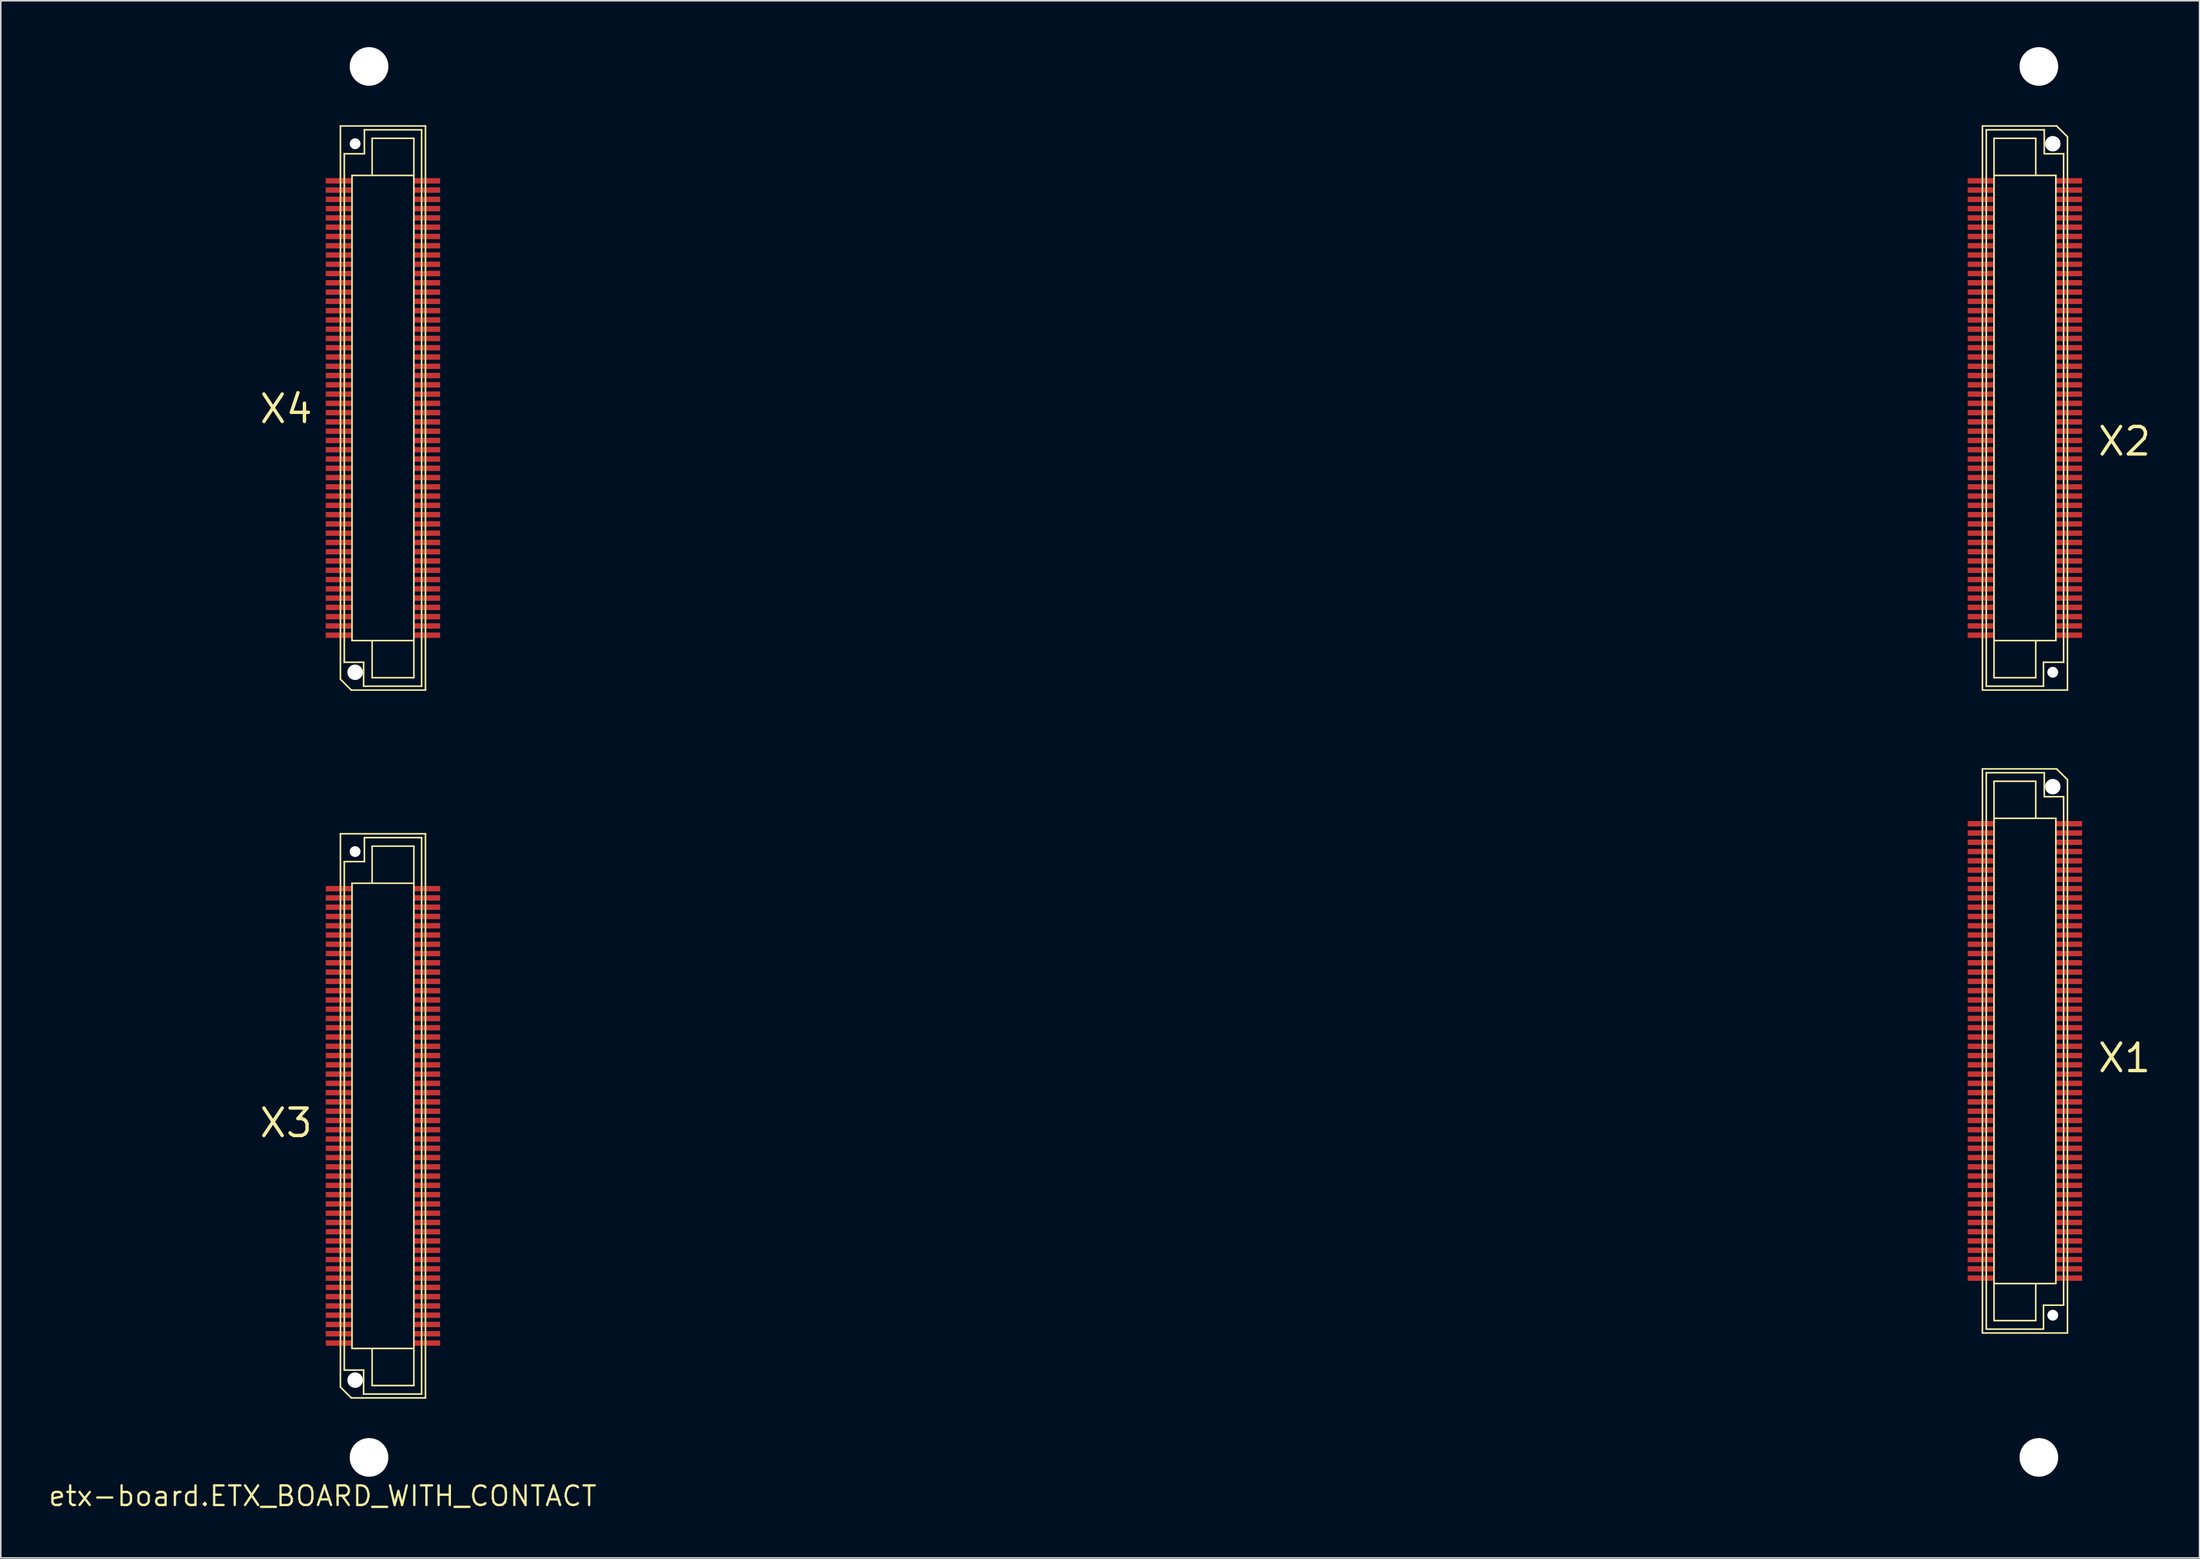
<source format=kicad_pcb>
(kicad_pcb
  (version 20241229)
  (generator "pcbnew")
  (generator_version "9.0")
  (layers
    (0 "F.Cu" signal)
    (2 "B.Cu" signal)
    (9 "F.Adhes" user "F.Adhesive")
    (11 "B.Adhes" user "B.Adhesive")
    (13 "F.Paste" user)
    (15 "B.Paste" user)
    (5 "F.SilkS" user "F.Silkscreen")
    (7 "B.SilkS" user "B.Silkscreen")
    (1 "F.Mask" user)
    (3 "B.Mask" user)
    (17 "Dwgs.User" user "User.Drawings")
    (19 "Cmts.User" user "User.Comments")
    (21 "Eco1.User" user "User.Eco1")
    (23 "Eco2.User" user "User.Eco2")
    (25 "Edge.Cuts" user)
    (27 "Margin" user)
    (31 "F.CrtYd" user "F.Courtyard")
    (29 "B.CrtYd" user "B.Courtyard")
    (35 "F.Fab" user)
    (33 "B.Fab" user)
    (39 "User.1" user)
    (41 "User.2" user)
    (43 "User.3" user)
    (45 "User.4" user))
  (footprint "etx-board.ETX_BOARD_WITH_CONTACT"
    (layer "F.Cu")
    (at 17.818 93.75)
    (property "Reference" "etx-board.ETX_BOARD_WITH_CONTACT" (at 0 0 0) (layer "F.SilkS") (effects (font (size 1.27 1.27) (thickness 0.15))))
    (attr smd)
    (fp_line (start 1.15 -88.65) (end 6.65 -88.65) (stroke (width 0.102) (type default)) (layer "F.SilkS"))
    (fp_line (start 1.15 -52.85) (end 1.15 -88.65) (stroke (width 0.102) (type default)) (layer "F.SilkS"))
    (fp_line (start 1.15 -42.85) (end 6.65 -42.85) (stroke (width 0.102) (type default)) (layer "F.SilkS"))
    (fp_line (start 1.15 -7.05) (end 1.15 -42.85) (stroke (width 0.102) (type default)) (layer "F.SilkS"))
    (fp_line (start 1.4 -86.85) (end 1.4 -53.95) (stroke (width 0.102) (type default)) (layer "F.SilkS"))
    (fp_line (start 1.4 -53.95) (end 2.65 -53.95) (stroke (width 0.102) (type default)) (layer "F.SilkS"))
    (fp_line (start 1.4 -41.05) (end 1.4 -8.15) (stroke (width 0.102) (type default)) (layer "F.SilkS"))
    (fp_line (start 1.4 -8.15) (end 2.65 -8.15) (stroke (width 0.102) (type default)) (layer "F.SilkS"))
    (fp_line (start 1.85 -52.15) (end 1.15 -52.85) (stroke (width 0.102) (type default)) (layer "F.SilkS"))
    (fp_line (start 1.85 -6.35) (end 1.15 -7.05) (stroke (width 0.102) (type default)) (layer "F.SilkS"))
    (fp_line (start 1.9 -85.45) (end 1.9 -55.35) (stroke (width 0.102) (type default)) (layer "F.SilkS"))
    (fp_line (start 1.9 -55.35) (end 5.9 -55.35) (stroke (width 0.102) (type default)) (layer "F.SilkS"))
    (fp_line (start 1.9 -39.65) (end 1.9 -9.55) (stroke (width 0.102) (type default)) (layer "F.SilkS"))
    (fp_line (start 1.9 -9.55) (end 5.9 -9.55) (stroke (width 0.102) (type default)) (layer "F.SilkS"))
    (fp_line (start 2.65 -53.95) (end 2.65 -52.4) (stroke (width 0.102) (type default)) (layer "F.SilkS"))
    (fp_line (start 2.65 -52.4) (end 6.4 -52.4) (stroke (width 0.102) (type default)) (layer "F.SilkS"))
    (fp_line (start 2.65 -8.15) (end 2.65 -6.6) (stroke (width 0.102) (type default)) (layer "F.SilkS"))
    (fp_line (start 2.65 -6.6) (end 6.4 -6.6) (stroke (width 0.102) (type default)) (layer "F.SilkS"))
    (fp_line (start 2.7 -88.4) (end 2.7 -86.85) (stroke (width 0.102) (type default)) (layer "F.SilkS"))
    (fp_line (start 2.7 -86.85) (end 1.4 -86.85) (stroke (width 0.102) (type default)) (layer "F.SilkS"))
    (fp_line (start 2.7 -42.6) (end 2.7 -41.05) (stroke (width 0.102) (type default)) (layer "F.SilkS"))
    (fp_line (start 2.7 -41.05) (end 1.4 -41.05) (stroke (width 0.102) (type default)) (layer "F.SilkS"))
    (fp_line (start 3.2 -87.85) (end 3.2 -85.5) (stroke (width 0.102) (type default)) (layer "F.SilkS"))
    (fp_line (start 3.2 -52.95) (end 3.2 -55.3) (stroke (width 0.102) (type default)) (layer "F.SilkS"))
    (fp_line (start 3.2 -42.05) (end 3.2 -39.7) (stroke (width 0.102) (type default)) (layer "F.SilkS"))
    (fp_line (start 3.2 -7.15) (end 3.2 -9.5) (stroke (width 0.102) (type default)) (layer "F.SilkS"))
    (fp_line (start 5.9 -87.85) (end 3.2 -87.85) (stroke (width 0.102) (type default)) (layer "F.SilkS"))
    (fp_line (start 5.9 -85.45) (end 1.9 -85.45) (stroke (width 0.102) (type default)) (layer "F.SilkS"))
    (fp_line (start 5.9 -85.45) (end 5.9 -87.85) (stroke (width 0.102) (type default)) (layer "F.SilkS"))
    (fp_line (start 5.9 -55.35) (end 5.9 -85.45) (stroke (width 0.102) (type default)) (layer "F.SilkS"))
    (fp_line (start 5.9 -55.3) (end 5.9 -52.95) (stroke (width 0.102) (type default)) (layer "F.SilkS"))
    (fp_line (start 5.9 -52.95) (end 3.2 -52.95) (stroke (width 0.102) (type default)) (layer "F.SilkS"))
    (fp_line (start 5.9 -42.05) (end 3.2 -42.05) (stroke (width 0.102) (type default)) (layer "F.SilkS"))
    (fp_line (start 5.9 -39.65) (end 1.9 -39.65) (stroke (width 0.102) (type default)) (layer "F.SilkS"))
    (fp_line (start 5.9 -39.65) (end 5.9 -42.05) (stroke (width 0.102) (type default)) (layer "F.SilkS"))
    (fp_line (start 5.9 -9.55) (end 5.9 -39.65) (stroke (width 0.102) (type default)) (layer "F.SilkS"))
    (fp_line (start 5.9 -9.5) (end 5.9 -7.15) (stroke (width 0.102) (type default)) (layer "F.SilkS"))
    (fp_line (start 5.9 -7.15) (end 3.2 -7.15) (stroke (width 0.102) (type default)) (layer "F.SilkS"))
    (fp_line (start 6.4 -88.4) (end 2.7 -88.4) (stroke (width 0.102) (type default)) (layer "F.SilkS"))
    (fp_line (start 6.4 -52.4) (end 6.4 -88.4) (stroke (width 0.102) (type default)) (layer "F.SilkS"))
    (fp_line (start 6.4 -42.6) (end 2.7 -42.6) (stroke (width 0.102) (type default)) (layer "F.SilkS"))
    (fp_line (start 6.4 -6.6) (end 6.4 -42.6) (stroke (width 0.102) (type default)) (layer "F.SilkS"))
    (fp_line (start 6.65 -88.65) (end 6.65 -52.15) (stroke (width 0.102) (type default)) (layer "F.SilkS"))
    (fp_line (start 6.65 -52.15) (end 1.85 -52.15) (stroke (width 0.102) (type default)) (layer "F.SilkS"))
    (fp_line (start 6.65 -42.85) (end 6.65 -6.35) (stroke (width 0.102) (type default)) (layer "F.SilkS"))
    (fp_line (start 6.65 -6.35) (end 1.85 -6.35) (stroke (width 0.102) (type default)) (layer "F.SilkS"))
    (fp_line (start 107.35 -88.65) (end 112.15 -88.65) (stroke (width 0.102) (type default)) (layer "F.SilkS"))
    (fp_line (start 107.35 -52.15) (end 107.35 -88.65) (stroke (width 0.102) (type default)) (layer "F.SilkS"))
    (fp_line (start 107.35 -47.05) (end 112.15 -47.05) (stroke (width 0.102) (type default)) (layer "F.SilkS"))
    (fp_line (start 107.35 -10.55) (end 107.35 -47.05) (stroke (width 0.102) (type default)) (layer "F.SilkS"))
    (fp_line (start 107.6 -88.4) (end 107.6 -52.4) (stroke (width 0.102) (type default)) (layer "F.SilkS"))
    (fp_line (start 107.6 -52.4) (end 111.3 -52.4) (stroke (width 0.102) (type default)) (layer "F.SilkS"))
    (fp_line (start 107.6 -46.8) (end 107.6 -10.8) (stroke (width 0.102) (type default)) (layer "F.SilkS"))
    (fp_line (start 107.6 -10.8) (end 111.3 -10.8) (stroke (width 0.102) (type default)) (layer "F.SilkS"))
    (fp_line (start 108.1 -87.85) (end 110.8 -87.85) (stroke (width 0.102) (type default)) (layer "F.SilkS"))
    (fp_line (start 108.1 -85.5) (end 108.1 -87.85) (stroke (width 0.102) (type default)) (layer "F.SilkS"))
    (fp_line (start 108.1 -85.45) (end 108.1 -55.35) (stroke (width 0.102) (type default)) (layer "F.SilkS"))
    (fp_line (start 108.1 -55.35) (end 108.1 -52.95) (stroke (width 0.102) (type default)) (layer "F.SilkS"))
    (fp_line (start 108.1 -55.35) (end 112.1 -55.35) (stroke (width 0.102) (type default)) (layer "F.SilkS"))
    (fp_line (start 108.1 -52.95) (end 110.8 -52.95) (stroke (width 0.102) (type default)) (layer "F.SilkS"))
    (fp_line (start 108.1 -46.25) (end 110.8 -46.25) (stroke (width 0.102) (type default)) (layer "F.SilkS"))
    (fp_line (start 108.1 -43.9) (end 108.1 -46.25) (stroke (width 0.102) (type default)) (layer "F.SilkS"))
    (fp_line (start 108.1 -43.85) (end 108.1 -13.75) (stroke (width 0.102) (type default)) (layer "F.SilkS"))
    (fp_line (start 108.1 -13.75) (end 108.1 -11.35) (stroke (width 0.102) (type default)) (layer "F.SilkS"))
    (fp_line (start 108.1 -13.75) (end 112.1 -13.75) (stroke (width 0.102) (type default)) (layer "F.SilkS"))
    (fp_line (start 108.1 -11.35) (end 110.8 -11.35) (stroke (width 0.102) (type default)) (layer "F.SilkS"))
    (fp_line (start 110.8 -87.85) (end 110.8 -85.5) (stroke (width 0.102) (type default)) (layer "F.SilkS"))
    (fp_line (start 110.8 -52.95) (end 110.8 -55.3) (stroke (width 0.102) (type default)) (layer "F.SilkS"))
    (fp_line (start 110.8 -46.25) (end 110.8 -43.9) (stroke (width 0.102) (type default)) (layer "F.SilkS"))
    (fp_line (start 110.8 -11.35) (end 110.8 -13.7) (stroke (width 0.102) (type default)) (layer "F.SilkS"))
    (fp_line (start 111.3 -53.95) (end 112.6 -53.95) (stroke (width 0.102) (type default)) (layer "F.SilkS"))
    (fp_line (start 111.3 -52.4) (end 111.3 -53.95) (stroke (width 0.102) (type default)) (layer "F.SilkS"))
    (fp_line (start 111.3 -12.35) (end 112.6 -12.35) (stroke (width 0.102) (type default)) (layer "F.SilkS"))
    (fp_line (start 111.3 -10.8) (end 111.3 -12.35) (stroke (width 0.102) (type default)) (layer "F.SilkS"))
    (fp_line (start 111.35 -88.4) (end 107.6 -88.4) (stroke (width 0.102) (type default)) (layer "F.SilkS"))
    (fp_line (start 111.35 -86.85) (end 111.35 -88.4) (stroke (width 0.102) (type default)) (layer "F.SilkS"))
    (fp_line (start 111.35 -46.8) (end 107.6 -46.8) (stroke (width 0.102) (type default)) (layer "F.SilkS"))
    (fp_line (start 111.35 -45.25) (end 111.35 -46.8) (stroke (width 0.102) (type default)) (layer "F.SilkS"))
    (fp_line (start 112.1 -85.45) (end 108.1 -85.45) (stroke (width 0.102) (type default)) (layer "F.SilkS"))
    (fp_line (start 112.1 -55.35) (end 112.1 -85.45) (stroke (width 0.102) (type default)) (layer "F.SilkS"))
    (fp_line (start 112.1 -43.85) (end 108.1 -43.85) (stroke (width 0.102) (type default)) (layer "F.SilkS"))
    (fp_line (start 112.1 -13.75) (end 112.1 -43.85) (stroke (width 0.102) (type default)) (layer "F.SilkS"))
    (fp_line (start 112.15 -88.65) (end 112.85 -87.95) (stroke (width 0.102) (type default)) (layer "F.SilkS"))
    (fp_line (start 112.15 -47.05) (end 112.85 -46.35) (stroke (width 0.102) (type default)) (layer "F.SilkS"))
    (fp_line (start 112.6 -86.85) (end 111.35 -86.85) (stroke (width 0.102) (type default)) (layer "F.SilkS"))
    (fp_line (start 112.6 -53.95) (end 112.6 -86.85) (stroke (width 0.102) (type default)) (layer "F.SilkS"))
    (fp_line (start 112.6 -45.25) (end 111.35 -45.25) (stroke (width 0.102) (type default)) (layer "F.SilkS"))
    (fp_line (start 112.6 -12.35) (end 112.6 -45.25) (stroke (width 0.102) (type default)) (layer "F.SilkS"))
    (fp_line (start 112.85 -87.95) (end 112.85 -52.15) (stroke (width 0.102) (type default)) (layer "F.SilkS"))
    (fp_line (start 112.85 -52.15) (end 107.35 -52.15) (stroke (width 0.102) (type default)) (layer "F.SilkS"))
    (fp_line (start 112.85 -46.35) (end 112.85 -10.55) (stroke (width 0.102) (type default)) (layer "F.SilkS"))
    (fp_line (start 112.85 -10.55) (end 107.35 -10.55) (stroke (width 0.102) (type default)) (layer "F.SilkS"))
    (fp_text user "X1" (at 114.7 -27.3 0) (layer "F.SilkS") (effects (font (size 1.778 1.778) (thickness 0.22)) (justify left bottom)))
    (fp_text user "X3" (at -4.2 -23.1 0) (layer "F.SilkS") (effects (font (size 1.778 1.778) (thickness 0.22)) (justify left bottom)))
    (fp_text user "X2" (at 114.7 -67.2 0) (layer "F.SilkS") (effects (font (size 1.778 1.778) (thickness 0.22)) (justify left bottom)))
    (fp_text user "X4" (at -4.2 -69.3 0) (layer "F.SilkS") (effects (font (size 1.778 1.778) (thickness 0.22)) (justify left bottom)))
    (pad "" np_thru_hole circle (at 2.1 -87.5) (size 0.7 0.7) (drill 0.7) (layers "*.Cu" "*.Mask"))
    (pad "" np_thru_hole circle (at 2.1 -53.3) (size 1 1) (drill 1) (layers "*.Cu" "*.Mask"))
    (pad "" np_thru_hole circle (at 2.1 -41.7) (size 0.7 0.7) (drill 0.7) (layers "*.Cu" "*.Mask"))
    (pad "" np_thru_hole circle (at 2.1 -7.5) (size 1 1) (drill 1) (layers "*.Cu" "*.Mask"))
    (pad "" np_thru_hole circle (at 3 -92.5) (size 2.5 2.5) (drill 2.5) (layers "*.Cu" "*.Mask"))
    (pad "" np_thru_hole circle (at 3 -2.5) (size 2.5 2.5) (drill 2.5) (layers "*.Cu" "*.Mask"))
    (pad "" np_thru_hole circle (at 111 -92.5) (size 2.5 2.5) (drill 2.5) (layers "*.Cu" "*.Mask"))
    (pad "" np_thru_hole circle (at 111 -2.5) (size 2.5 2.5) (drill 2.5) (layers "*.Cu" "*.Mask"))
    (pad "" np_thru_hole circle (at 111.9 -87.5) (size 1 1) (drill 1) (layers "*.Cu" "*.Mask"))
    (pad "" np_thru_hole circle (at 111.9 -53.3) (size 0.7 0.7) (drill 0.7) (layers "*.Cu" "*.Mask"))
    (pad "" np_thru_hole circle (at 111.9 -45.9) (size 1 1) (drill 1) (layers "*.Cu" "*.Mask"))
    (pad "" np_thru_hole circle (at 111.9 -11.7) (size 0.7 0.7) (drill 0.7) (layers "*.Cu" "*.Mask"))
    (pad "1" smd roundrect (at 112.95 -43.5 270) (size 0.35 1.7) (layers "F.Cu" "F.Mask" "F.Paste") (roundrect_rratio 0.01))
    (pad "2" smd roundrect (at 107.25 -43.5 270) (size 0.35 1.7) (layers "F.Cu" "F.Mask" "F.Paste") (roundrect_rratio 0.01))
    (pad "3" smd roundrect (at 112.95 -42.9 270) (size 0.35 1.7) (layers "F.Cu" "F.Mask" "F.Paste") (roundrect_rratio 0.01))
    (pad "4" smd roundrect (at 107.25 -42.9 270) (size 0.35 1.7) (layers "F.Cu" "F.Mask" "F.Paste") (roundrect_rratio 0.01))
    (pad "5" smd roundrect (at 112.95 -42.3 270) (size 0.35 1.7) (layers "F.Cu" "F.Mask" "F.Paste") (roundrect_rratio 0.01))
    (pad "6" smd roundrect (at 107.25 -42.3 270) (size 0.35 1.7) (layers "F.Cu" "F.Mask" "F.Paste") (roundrect_rratio 0.01))
    (pad "7" smd roundrect (at 112.95 -41.7 270) (size 0.35 1.7) (layers "F.Cu" "F.Mask" "F.Paste") (roundrect_rratio 0.01))
    (pad "8" smd roundrect (at 107.25 -41.7 270) (size 0.35 1.7) (layers "F.Cu" "F.Mask" "F.Paste") (roundrect_rratio 0.01))
    (pad "9" smd roundrect (at 112.95 -41.1 270) (size 0.35 1.7) (layers "F.Cu" "F.Mask" "F.Paste") (roundrect_rratio 0.01))
    (pad "10" smd roundrect (at 107.25 -41.1 270) (size 0.35 1.7) (layers "F.Cu" "F.Mask" "F.Paste") (roundrect_rratio 0.01))
    (pad "11" smd roundrect (at 112.95 -40.5 270) (size 0.35 1.7) (layers "F.Cu" "F.Mask" "F.Paste") (roundrect_rratio 0.01))
    (pad "12" smd roundrect (at 107.25 -40.5 270) (size 0.35 1.7) (layers "F.Cu" "F.Mask" "F.Paste") (roundrect_rratio 0.01))
    (pad "13" smd roundrect (at 112.95 -39.9 270) (size 0.35 1.7) (layers "F.Cu" "F.Mask" "F.Paste") (roundrect_rratio 0.01))
    (pad "14" smd roundrect (at 107.25 -39.9 270) (size 0.35 1.7) (layers "F.Cu" "F.Mask" "F.Paste") (roundrect_rratio 0.01))
    (pad "15" smd roundrect (at 112.95 -39.3 270) (size 0.35 1.7) (layers "F.Cu" "F.Mask" "F.Paste") (roundrect_rratio 0.01))
    (pad "16" smd roundrect (at 107.25 -39.3 270) (size 0.35 1.7) (layers "F.Cu" "F.Mask" "F.Paste") (roundrect_rratio 0.01))
    (pad "17" smd roundrect (at 112.95 -38.7 270) (size 0.35 1.7) (layers "F.Cu" "F.Mask" "F.Paste") (roundrect_rratio 0.01))
    (pad "18" smd roundrect (at 107.25 -38.7 270) (size 0.35 1.7) (layers "F.Cu" "F.Mask" "F.Paste") (roundrect_rratio 0.01))
    (pad "19" smd roundrect (at 112.95 -38.1 270) (size 0.35 1.7) (layers "F.Cu" "F.Mask" "F.Paste") (roundrect_rratio 0.01))
    (pad "20" smd roundrect (at 107.25 -38.1 270) (size 0.35 1.7) (layers "F.Cu" "F.Mask" "F.Paste") (roundrect_rratio 0.01))
    (pad "21" smd roundrect (at 112.95 -37.5 270) (size 0.35 1.7) (layers "F.Cu" "F.Mask" "F.Paste") (roundrect_rratio 0.01))
    (pad "22" smd roundrect (at 107.25 -37.5 270) (size 0.35 1.7) (layers "F.Cu" "F.Mask" "F.Paste") (roundrect_rratio 0.01))
    (pad "23" smd roundrect (at 112.95 -36.9 270) (size 0.35 1.7) (layers "F.Cu" "F.Mask" "F.Paste") (roundrect_rratio 0.01))
    (pad "24" smd roundrect (at 107.25 -36.9 270) (size 0.35 1.7) (layers "F.Cu" "F.Mask" "F.Paste") (roundrect_rratio 0.01))
    (pad "25" smd roundrect (at 112.95 -36.3 270) (size 0.35 1.7) (layers "F.Cu" "F.Mask" "F.Paste") (roundrect_rratio 0.01))
    (pad "26" smd roundrect (at 107.25 -36.3 270) (size 0.35 1.7) (layers "F.Cu" "F.Mask" "F.Paste") (roundrect_rratio 0.01))
    (pad "27" smd roundrect (at 112.95 -35.7 270) (size 0.35 1.7) (layers "F.Cu" "F.Mask" "F.Paste") (roundrect_rratio 0.01))
    (pad "28" smd roundrect (at 107.25 -35.7 270) (size 0.35 1.7) (layers "F.Cu" "F.Mask" "F.Paste") (roundrect_rratio 0.01))
    (pad "29" smd roundrect (at 112.95 -35.1 270) (size 0.35 1.7) (layers "F.Cu" "F.Mask" "F.Paste") (roundrect_rratio 0.01))
    (pad "30" smd roundrect (at 107.25 -35.1 270) (size 0.35 1.7) (layers "F.Cu" "F.Mask" "F.Paste") (roundrect_rratio 0.01))
    (pad "31" smd roundrect (at 112.95 -34.5 270) (size 0.35 1.7) (layers "F.Cu" "F.Mask" "F.Paste") (roundrect_rratio 0.01))
    (pad "32" smd roundrect (at 107.25 -34.5 270) (size 0.35 1.7) (layers "F.Cu" "F.Mask" "F.Paste") (roundrect_rratio 0.01))
    (pad "33" smd roundrect (at 112.95 -33.9 270) (size 0.35 1.7) (layers "F.Cu" "F.Mask" "F.Paste") (roundrect_rratio 0.01))
    (pad "34" smd roundrect (at 107.25 -33.9 270) (size 0.35 1.7) (layers "F.Cu" "F.Mask" "F.Paste") (roundrect_rratio 0.01))
    (pad "35" smd roundrect (at 112.95 -33.3 270) (size 0.35 1.7) (layers "F.Cu" "F.Mask" "F.Paste") (roundrect_rratio 0.01))
    (pad "36" smd roundrect (at 107.25 -33.3 270) (size 0.35 1.7) (layers "F.Cu" "F.Mask" "F.Paste") (roundrect_rratio 0.01))
    (pad "37" smd roundrect (at 112.95 -32.7 270) (size 0.35 1.7) (layers "F.Cu" "F.Mask" "F.Paste") (roundrect_rratio 0.01))
    (pad "38" smd roundrect (at 107.25 -32.7 270) (size 0.35 1.7) (layers "F.Cu" "F.Mask" "F.Paste") (roundrect_rratio 0.01))
    (pad "39" smd roundrect (at 112.95 -32.1 270) (size 0.35 1.7) (layers "F.Cu" "F.Mask" "F.Paste") (roundrect_rratio 0.01))
    (pad "40" smd roundrect (at 107.25 -32.1 270) (size 0.35 1.7) (layers "F.Cu" "F.Mask" "F.Paste") (roundrect_rratio 0.01))
    (pad "41" smd roundrect (at 112.95 -31.5 270) (size 0.35 1.7) (layers "F.Cu" "F.Mask" "F.Paste") (roundrect_rratio 0.01))
    (pad "42" smd roundrect (at 107.25 -31.5 270) (size 0.35 1.7) (layers "F.Cu" "F.Mask" "F.Paste") (roundrect_rratio 0.01))
    (pad "43" smd roundrect (at 112.95 -30.9 270) (size 0.35 1.7) (layers "F.Cu" "F.Mask" "F.Paste") (roundrect_rratio 0.01))
    (pad "44" smd roundrect (at 107.25 -30.9 270) (size 0.35 1.7) (layers "F.Cu" "F.Mask" "F.Paste") (roundrect_rratio 0.01))
    (pad "45" smd roundrect (at 112.95 -30.3 270) (size 0.35 1.7) (layers "F.Cu" "F.Mask" "F.Paste") (roundrect_rratio 0.01))
    (pad "46" smd roundrect (at 107.25 -30.3 270) (size 0.35 1.7) (layers "F.Cu" "F.Mask" "F.Paste") (roundrect_rratio 0.01))
    (pad "47" smd roundrect (at 112.95 -29.7 270) (size 0.35 1.7) (layers "F.Cu" "F.Mask" "F.Paste") (roundrect_rratio 0.01))
    (pad "48" smd roundrect (at 107.25 -29.7 270) (size 0.35 1.7) (layers "F.Cu" "F.Mask" "F.Paste") (roundrect_rratio 0.01))
    (pad "49" smd roundrect (at 112.95 -29.1 270) (size 0.35 1.7) (layers "F.Cu" "F.Mask" "F.Paste") (roundrect_rratio 0.01))
    (pad "50" smd roundrect (at 107.25 -29.1 270) (size 0.35 1.7) (layers "F.Cu" "F.Mask" "F.Paste") (roundrect_rratio 0.01))
    (pad "51" smd roundrect (at 112.95 -28.5 270) (size 0.35 1.7) (layers "F.Cu" "F.Mask" "F.Paste") (roundrect_rratio 0.01))
    (pad "52" smd roundrect (at 107.25 -28.5 270) (size 0.35 1.7) (layers "F.Cu" "F.Mask" "F.Paste") (roundrect_rratio 0.01))
    (pad "53" smd roundrect (at 112.95 -27.9 270) (size 0.35 1.7) (layers "F.Cu" "F.Mask" "F.Paste") (roundrect_rratio 0.01))
    (pad "54" smd roundrect (at 107.25 -27.9 270) (size 0.35 1.7) (layers "F.Cu" "F.Mask" "F.Paste") (roundrect_rratio 0.01))
    (pad "55" smd roundrect (at 112.95 -27.3 270) (size 0.35 1.7) (layers "F.Cu" "F.Mask" "F.Paste") (roundrect_rratio 0.01))
    (pad "56" smd roundrect (at 107.25 -27.3 270) (size 0.35 1.7) (layers "F.Cu" "F.Mask" "F.Paste") (roundrect_rratio 0.01))
    (pad "57" smd roundrect (at 112.95 -26.7 270) (size 0.35 1.7) (layers "F.Cu" "F.Mask" "F.Paste") (roundrect_rratio 0.01))
    (pad "58" smd roundrect (at 107.25 -26.7 270) (size 0.35 1.7) (layers "F.Cu" "F.Mask" "F.Paste") (roundrect_rratio 0.01))
    (pad "59" smd roundrect (at 112.95 -26.1 270) (size 0.35 1.7) (layers "F.Cu" "F.Mask" "F.Paste") (roundrect_rratio 0.01))
    (pad "60" smd roundrect (at 107.25 -26.1 270) (size 0.35 1.7) (layers "F.Cu" "F.Mask" "F.Paste") (roundrect_rratio 0.01))
    (pad "61" smd roundrect (at 112.95 -25.5 270) (size 0.35 1.7) (layers "F.Cu" "F.Mask" "F.Paste") (roundrect_rratio 0.01))
    (pad "62" smd roundrect (at 107.25 -25.5 270) (size 0.35 1.7) (layers "F.Cu" "F.Mask" "F.Paste") (roundrect_rratio 0.01))
    (pad "63" smd roundrect (at 112.95 -24.9 270) (size 0.35 1.7) (layers "F.Cu" "F.Mask" "F.Paste") (roundrect_rratio 0.01))
    (pad "64" smd roundrect (at 107.25 -24.9 270) (size 0.35 1.7) (layers "F.Cu" "F.Mask" "F.Paste") (roundrect_rratio 0.01))
    (pad "65" smd roundrect (at 112.95 -24.3 270) (size 0.35 1.7) (layers "F.Cu" "F.Mask" "F.Paste") (roundrect_rratio 0.01))
    (pad "66" smd roundrect (at 107.25 -24.3 270) (size 0.35 1.7) (layers "F.Cu" "F.Mask" "F.Paste") (roundrect_rratio 0.01))
    (pad "67" smd roundrect (at 112.95 -23.7 270) (size 0.35 1.7) (layers "F.Cu" "F.Mask" "F.Paste") (roundrect_rratio 0.01))
    (pad "68" smd roundrect (at 107.25 -23.7 270) (size 0.35 1.7) (layers "F.Cu" "F.Mask" "F.Paste") (roundrect_rratio 0.01))
    (pad "69" smd roundrect (at 112.95 -23.1 270) (size 0.35 1.7) (layers "F.Cu" "F.Mask" "F.Paste") (roundrect_rratio 0.01))
    (pad "70" smd roundrect (at 107.25 -23.1 270) (size 0.35 1.7) (layers "F.Cu" "F.Mask" "F.Paste") (roundrect_rratio 0.01))
    (pad "71" smd roundrect (at 112.95 -22.5 270) (size 0.35 1.7) (layers "F.Cu" "F.Mask" "F.Paste") (roundrect_rratio 0.01))
    (pad "72" smd roundrect (at 107.25 -22.5 270) (size 0.35 1.7) (layers "F.Cu" "F.Mask" "F.Paste") (roundrect_rratio 0.01))
    (pad "73" smd roundrect (at 112.95 -21.9 270) (size 0.35 1.7) (layers "F.Cu" "F.Mask" "F.Paste") (roundrect_rratio 0.01))
    (pad "74" smd roundrect (at 107.25 -21.9 270) (size 0.35 1.7) (layers "F.Cu" "F.Mask" "F.Paste") (roundrect_rratio 0.01))
    (pad "75" smd roundrect (at 112.95 -21.3 270) (size 0.35 1.7) (layers "F.Cu" "F.Mask" "F.Paste") (roundrect_rratio 0.01))
    (pad "76" smd roundrect (at 107.25 -21.3 270) (size 0.35 1.7) (layers "F.Cu" "F.Mask" "F.Paste") (roundrect_rratio 0.01))
    (pad "77" smd roundrect (at 112.95 -20.7 270) (size 0.35 1.7) (layers "F.Cu" "F.Mask" "F.Paste") (roundrect_rratio 0.01))
    (pad "78" smd roundrect (at 107.25 -20.7 270) (size 0.35 1.7) (layers "F.Cu" "F.Mask" "F.Paste") (roundrect_rratio 0.01))
    (pad "79" smd roundrect (at 112.95 -20.1 270) (size 0.35 1.7) (layers "F.Cu" "F.Mask" "F.Paste") (roundrect_rratio 0.01))
    (pad "80" smd roundrect (at 107.25 -20.1 270) (size 0.35 1.7) (layers "F.Cu" "F.Mask" "F.Paste") (roundrect_rratio 0.01))
    (pad "81" smd roundrect (at 112.95 -19.5 270) (size 0.35 1.7) (layers "F.Cu" "F.Mask" "F.Paste") (roundrect_rratio 0.01))
    (pad "82" smd roundrect (at 107.25 -19.5 270) (size 0.35 1.7) (layers "F.Cu" "F.Mask" "F.Paste") (roundrect_rratio 0.01))
    (pad "83" smd roundrect (at 112.95 -18.9 270) (size 0.35 1.7) (layers "F.Cu" "F.Mask" "F.Paste") (roundrect_rratio 0.01))
    (pad "84" smd roundrect (at 107.25 -18.9 270) (size 0.35 1.7) (layers "F.Cu" "F.Mask" "F.Paste") (roundrect_rratio 0.01))
    (pad "85" smd roundrect (at 112.95 -18.3 270) (size 0.35 1.7) (layers "F.Cu" "F.Mask" "F.Paste") (roundrect_rratio 0.01))
    (pad "86" smd roundrect (at 107.25 -18.3 270) (size 0.35 1.7) (layers "F.Cu" "F.Mask" "F.Paste") (roundrect_rratio 0.01))
    (pad "87" smd roundrect (at 112.95 -17.7 270) (size 0.35 1.7) (layers "F.Cu" "F.Mask" "F.Paste") (roundrect_rratio 0.01))
    (pad "88" smd roundrect (at 107.25 -17.7 270) (size 0.35 1.7) (layers "F.Cu" "F.Mask" "F.Paste") (roundrect_rratio 0.01))
    (pad "89" smd roundrect (at 112.95 -17.1 270) (size 0.35 1.7) (layers "F.Cu" "F.Mask" "F.Paste") (roundrect_rratio 0.01))
    (pad "90" smd roundrect (at 107.25 -17.1 270) (size 0.35 1.7) (layers "F.Cu" "F.Mask" "F.Paste") (roundrect_rratio 0.01))
    (pad "91" smd roundrect (at 112.95 -16.5 270) (size 0.35 1.7) (layers "F.Cu" "F.Mask" "F.Paste") (roundrect_rratio 0.01))
    (pad "92" smd roundrect (at 107.25 -16.5 270) (size 0.35 1.7) (layers "F.Cu" "F.Mask" "F.Paste") (roundrect_rratio 0.01))
    (pad "93" smd roundrect (at 112.95 -15.9 270) (size 0.35 1.7) (layers "F.Cu" "F.Mask" "F.Paste") (roundrect_rratio 0.01))
    (pad "94" smd roundrect (at 107.25 -15.9 270) (size 0.35 1.7) (layers "F.Cu" "F.Mask" "F.Paste") (roundrect_rratio 0.01))
    (pad "95" smd roundrect (at 112.95 -15.3 270) (size 0.35 1.7) (layers "F.Cu" "F.Mask" "F.Paste") (roundrect_rratio 0.01))
    (pad "96" smd roundrect (at 107.25 -15.3 270) (size 0.35 1.7) (layers "F.Cu" "F.Mask" "F.Paste") (roundrect_rratio 0.01))
    (pad "97" smd roundrect (at 112.95 -14.7 270) (size 0.35 1.7) (layers "F.Cu" "F.Mask" "F.Paste") (roundrect_rratio 0.01))
    (pad "98" smd roundrect (at 107.25 -14.7 270) (size 0.35 1.7) (layers "F.Cu" "F.Mask" "F.Paste") (roundrect_rratio 0.01))
    (pad "99" smd roundrect (at 112.95 -14.1 270) (size 0.35 1.7) (layers "F.Cu" "F.Mask" "F.Paste") (roundrect_rratio 0.01))
    (pad "100" smd roundrect (at 107.25 -14.1 270) (size 0.35 1.7) (layers "F.Cu" "F.Mask" "F.Paste") (roundrect_rratio 0.01))
    (pad "101" smd roundrect (at 112.95 -85.1 270) (size 0.35 1.7) (layers "F.Cu" "F.Mask" "F.Paste") (roundrect_rratio 0.01))
    (pad "102" smd roundrect (at 107.25 -85.1 270) (size 0.35 1.7) (layers "F.Cu" "F.Mask" "F.Paste") (roundrect_rratio 0.01))
    (pad "103" smd roundrect (at 112.95 -84.5 270) (size 0.35 1.7) (layers "F.Cu" "F.Mask" "F.Paste") (roundrect_rratio 0.01))
    (pad "104" smd roundrect (at 107.25 -84.5 270) (size 0.35 1.7) (layers "F.Cu" "F.Mask" "F.Paste") (roundrect_rratio 0.01))
    (pad "105" smd roundrect (at 112.95 -83.9 270) (size 0.35 1.7) (layers "F.Cu" "F.Mask" "F.Paste") (roundrect_rratio 0.01))
    (pad "106" smd roundrect (at 107.25 -83.9 270) (size 0.35 1.7) (layers "F.Cu" "F.Mask" "F.Paste") (roundrect_rratio 0.01))
    (pad "107" smd roundrect (at 112.95 -83.3 270) (size 0.35 1.7) (layers "F.Cu" "F.Mask" "F.Paste") (roundrect_rratio 0.01))
    (pad "108" smd roundrect (at 107.25 -83.3 270) (size 0.35 1.7) (layers "F.Cu" "F.Mask" "F.Paste") (roundrect_rratio 0.01))
    (pad "109" smd roundrect (at 112.95 -82.7 270) (size 0.35 1.7) (layers "F.Cu" "F.Mask" "F.Paste") (roundrect_rratio 0.01))
    (pad "110" smd roundrect (at 107.25 -82.7 270) (size 0.35 1.7) (layers "F.Cu" "F.Mask" "F.Paste") (roundrect_rratio 0.01))
    (pad "111" smd roundrect (at 112.95 -82.1 270) (size 0.35 1.7) (layers "F.Cu" "F.Mask" "F.Paste") (roundrect_rratio 0.01))
    (pad "112" smd roundrect (at 107.25 -82.1 270) (size 0.35 1.7) (layers "F.Cu" "F.Mask" "F.Paste") (roundrect_rratio 0.01))
    (pad "113" smd roundrect (at 112.95 -81.5 270) (size 0.35 1.7) (layers "F.Cu" "F.Mask" "F.Paste") (roundrect_rratio 0.01))
    (pad "114" smd roundrect (at 107.25 -81.5 270) (size 0.35 1.7) (layers "F.Cu" "F.Mask" "F.Paste") (roundrect_rratio 0.01))
    (pad "115" smd roundrect (at 112.95 -80.9 270) (size 0.35 1.7) (layers "F.Cu" "F.Mask" "F.Paste") (roundrect_rratio 0.01))
    (pad "116" smd roundrect (at 107.25 -80.9 270) (size 0.35 1.7) (layers "F.Cu" "F.Mask" "F.Paste") (roundrect_rratio 0.01))
    (pad "117" smd roundrect (at 112.95 -80.3 270) (size 0.35 1.7) (layers "F.Cu" "F.Mask" "F.Paste") (roundrect_rratio 0.01))
    (pad "118" smd roundrect (at 107.25 -80.3 270) (size 0.35 1.7) (layers "F.Cu" "F.Mask" "F.Paste") (roundrect_rratio 0.01))
    (pad "119" smd roundrect (at 112.95 -79.7 270) (size 0.35 1.7) (layers "F.Cu" "F.Mask" "F.Paste") (roundrect_rratio 0.01))
    (pad "120" smd roundrect (at 107.25 -79.7 270) (size 0.35 1.7) (layers "F.Cu" "F.Mask" "F.Paste") (roundrect_rratio 0.01))
    (pad "121" smd roundrect (at 112.95 -79.1 270) (size 0.35 1.7) (layers "F.Cu" "F.Mask" "F.Paste") (roundrect_rratio 0.01))
    (pad "122" smd roundrect (at 107.25 -79.1 270) (size 0.35 1.7) (layers "F.Cu" "F.Mask" "F.Paste") (roundrect_rratio 0.01))
    (pad "123" smd roundrect (at 112.95 -78.5 270) (size 0.35 1.7) (layers "F.Cu" "F.Mask" "F.Paste") (roundrect_rratio 0.01))
    (pad "124" smd roundrect (at 107.25 -78.5 270) (size 0.35 1.7) (layers "F.Cu" "F.Mask" "F.Paste") (roundrect_rratio 0.01))
    (pad "125" smd roundrect (at 112.95 -77.9 270) (size 0.35 1.7) (layers "F.Cu" "F.Mask" "F.Paste") (roundrect_rratio 0.01))
    (pad "126" smd roundrect (at 107.25 -77.9 270) (size 0.35 1.7) (layers "F.Cu" "F.Mask" "F.Paste") (roundrect_rratio 0.01))
    (pad "127" smd roundrect (at 112.95 -77.3 270) (size 0.35 1.7) (layers "F.Cu" "F.Mask" "F.Paste") (roundrect_rratio 0.01))
    (pad "128" smd roundrect (at 107.25 -77.3 270) (size 0.35 1.7) (layers "F.Cu" "F.Mask" "F.Paste") (roundrect_rratio 0.01))
    (pad "129" smd roundrect (at 112.95 -76.7 270) (size 0.35 1.7) (layers "F.Cu" "F.Mask" "F.Paste") (roundrect_rratio 0.01))
    (pad "130" smd roundrect (at 107.25 -76.7 270) (size 0.35 1.7) (layers "F.Cu" "F.Mask" "F.Paste") (roundrect_rratio 0.01))
    (pad "131" smd roundrect (at 112.95 -76.1 270) (size 0.35 1.7) (layers "F.Cu" "F.Mask" "F.Paste") (roundrect_rratio 0.01))
    (pad "132" smd roundrect (at 107.25 -76.1 270) (size 0.35 1.7) (layers "F.Cu" "F.Mask" "F.Paste") (roundrect_rratio 0.01))
    (pad "133" smd roundrect (at 112.95 -75.5 270) (size 0.35 1.7) (layers "F.Cu" "F.Mask" "F.Paste") (roundrect_rratio 0.01))
    (pad "134" smd roundrect (at 107.25 -75.5 270) (size 0.35 1.7) (layers "F.Cu" "F.Mask" "F.Paste") (roundrect_rratio 0.01))
    (pad "135" smd roundrect (at 112.95 -74.9 270) (size 0.35 1.7) (layers "F.Cu" "F.Mask" "F.Paste") (roundrect_rratio 0.01))
    (pad "136" smd roundrect (at 107.25 -74.9 270) (size 0.35 1.7) (layers "F.Cu" "F.Mask" "F.Paste") (roundrect_rratio 0.01))
    (pad "137" smd roundrect (at 112.95 -74.3 270) (size 0.35 1.7) (layers "F.Cu" "F.Mask" "F.Paste") (roundrect_rratio 0.01))
    (pad "138" smd roundrect (at 107.25 -74.3 270) (size 0.35 1.7) (layers "F.Cu" "F.Mask" "F.Paste") (roundrect_rratio 0.01))
    (pad "139" smd roundrect (at 112.95 -73.7 270) (size 0.35 1.7) (layers "F.Cu" "F.Mask" "F.Paste") (roundrect_rratio 0.01))
    (pad "140" smd roundrect (at 107.25 -73.7 270) (size 0.35 1.7) (layers "F.Cu" "F.Mask" "F.Paste") (roundrect_rratio 0.01))
    (pad "141" smd roundrect (at 112.95 -73.1 270) (size 0.35 1.7) (layers "F.Cu" "F.Mask" "F.Paste") (roundrect_rratio 0.01))
    (pad "142" smd roundrect (at 107.25 -73.1 270) (size 0.35 1.7) (layers "F.Cu" "F.Mask" "F.Paste") (roundrect_rratio 0.01))
    (pad "143" smd roundrect (at 112.95 -72.5 270) (size 0.35 1.7) (layers "F.Cu" "F.Mask" "F.Paste") (roundrect_rratio 0.01))
    (pad "144" smd roundrect (at 107.25 -72.5 270) (size 0.35 1.7) (layers "F.Cu" "F.Mask" "F.Paste") (roundrect_rratio 0.01))
    (pad "145" smd roundrect (at 112.95 -71.9 270) (size 0.35 1.7) (layers "F.Cu" "F.Mask" "F.Paste") (roundrect_rratio 0.01))
    (pad "146" smd roundrect (at 107.25 -71.9 270) (size 0.35 1.7) (layers "F.Cu" "F.Mask" "F.Paste") (roundrect_rratio 0.01))
    (pad "147" smd roundrect (at 112.95 -71.3 270) (size 0.35 1.7) (layers "F.Cu" "F.Mask" "F.Paste") (roundrect_rratio 0.01))
    (pad "148" smd roundrect (at 107.25 -71.3 270) (size 0.35 1.7) (layers "F.Cu" "F.Mask" "F.Paste") (roundrect_rratio 0.01))
    (pad "149" smd roundrect (at 112.95 -70.7 270) (size 0.35 1.7) (layers "F.Cu" "F.Mask" "F.Paste") (roundrect_rratio 0.01))
    (pad "150" smd roundrect (at 107.25 -70.7 270) (size 0.35 1.7) (layers "F.Cu" "F.Mask" "F.Paste") (roundrect_rratio 0.01))
    (pad "151" smd roundrect (at 112.95 -70.1 270) (size 0.35 1.7) (layers "F.Cu" "F.Mask" "F.Paste") (roundrect_rratio 0.01))
    (pad "152" smd roundrect (at 107.25 -70.1 270) (size 0.35 1.7) (layers "F.Cu" "F.Mask" "F.Paste") (roundrect_rratio 0.01))
    (pad "153" smd roundrect (at 112.95 -69.5 270) (size 0.35 1.7) (layers "F.Cu" "F.Mask" "F.Paste") (roundrect_rratio 0.01))
    (pad "154" smd roundrect (at 107.25 -69.5 270) (size 0.35 1.7) (layers "F.Cu" "F.Mask" "F.Paste") (roundrect_rratio 0.01))
    (pad "155" smd roundrect (at 112.95 -68.9 270) (size 0.35 1.7) (layers "F.Cu" "F.Mask" "F.Paste") (roundrect_rratio 0.01))
    (pad "156" smd roundrect (at 107.25 -68.9 270) (size 0.35 1.7) (layers "F.Cu" "F.Mask" "F.Paste") (roundrect_rratio 0.01))
    (pad "157" smd roundrect (at 112.95 -68.3 270) (size 0.35 1.7) (layers "F.Cu" "F.Mask" "F.Paste") (roundrect_rratio 0.01))
    (pad "158" smd roundrect (at 107.25 -68.3 270) (size 0.35 1.7) (layers "F.Cu" "F.Mask" "F.Paste") (roundrect_rratio 0.01))
    (pad "159" smd roundrect (at 112.95 -67.7 270) (size 0.35 1.7) (layers "F.Cu" "F.Mask" "F.Paste") (roundrect_rratio 0.01))
    (pad "160" smd roundrect (at 107.25 -67.7 270) (size 0.35 1.7) (layers "F.Cu" "F.Mask" "F.Paste") (roundrect_rratio 0.01))
    (pad "161" smd roundrect (at 112.95 -67.1 270) (size 0.35 1.7) (layers "F.Cu" "F.Mask" "F.Paste") (roundrect_rratio 0.01))
    (pad "162" smd roundrect (at 107.25 -67.1 270) (size 0.35 1.7) (layers "F.Cu" "F.Mask" "F.Paste") (roundrect_rratio 0.01))
    (pad "163" smd roundrect (at 112.95 -66.5 270) (size 0.35 1.7) (layers "F.Cu" "F.Mask" "F.Paste") (roundrect_rratio 0.01))
    (pad "164" smd roundrect (at 107.25 -66.5 270) (size 0.35 1.7) (layers "F.Cu" "F.Mask" "F.Paste") (roundrect_rratio 0.01))
    (pad "165" smd roundrect (at 112.95 -65.9 270) (size 0.35 1.7) (layers "F.Cu" "F.Mask" "F.Paste") (roundrect_rratio 0.01))
    (pad "166" smd roundrect (at 107.25 -65.9 270) (size 0.35 1.7) (layers "F.Cu" "F.Mask" "F.Paste") (roundrect_rratio 0.01))
    (pad "167" smd roundrect (at 112.95 -65.3 270) (size 0.35 1.7) (layers "F.Cu" "F.Mask" "F.Paste") (roundrect_rratio 0.01))
    (pad "168" smd roundrect (at 107.25 -65.3 270) (size 0.35 1.7) (layers "F.Cu" "F.Mask" "F.Paste") (roundrect_rratio 0.01))
    (pad "169" smd roundrect (at 112.95 -64.7 270) (size 0.35 1.7) (layers "F.Cu" "F.Mask" "F.Paste") (roundrect_rratio 0.01))
    (pad "170" smd roundrect (at 107.25 -64.7 270) (size 0.35 1.7) (layers "F.Cu" "F.Mask" "F.Paste") (roundrect_rratio 0.01))
    (pad "171" smd roundrect (at 112.95 -64.1 270) (size 0.35 1.7) (layers "F.Cu" "F.Mask" "F.Paste") (roundrect_rratio 0.01))
    (pad "172" smd roundrect (at 107.25 -64.1 270) (size 0.35 1.7) (layers "F.Cu" "F.Mask" "F.Paste") (roundrect_rratio 0.01))
    (pad "173" smd roundrect (at 112.95 -63.5 270) (size 0.35 1.7) (layers "F.Cu" "F.Mask" "F.Paste") (roundrect_rratio 0.01))
    (pad "174" smd roundrect (at 107.25 -63.5 270) (size 0.35 1.7) (layers "F.Cu" "F.Mask" "F.Paste") (roundrect_rratio 0.01))
    (pad "175" smd roundrect (at 112.95 -62.9 270) (size 0.35 1.7) (layers "F.Cu" "F.Mask" "F.Paste") (roundrect_rratio 0.01))
    (pad "176" smd roundrect (at 107.25 -62.9 270) (size 0.35 1.7) (layers "F.Cu" "F.Mask" "F.Paste") (roundrect_rratio 0.01))
    (pad "177" smd roundrect (at 112.95 -62.3 270) (size 0.35 1.7) (layers "F.Cu" "F.Mask" "F.Paste") (roundrect_rratio 0.01))
    (pad "178" smd roundrect (at 107.25 -62.3 270) (size 0.35 1.7) (layers "F.Cu" "F.Mask" "F.Paste") (roundrect_rratio 0.01))
    (pad "179" smd roundrect (at 112.95 -61.7 270) (size 0.35 1.7) (layers "F.Cu" "F.Mask" "F.Paste") (roundrect_rratio 0.01))
    (pad "180" smd roundrect (at 107.25 -61.7 270) (size 0.35 1.7) (layers "F.Cu" "F.Mask" "F.Paste") (roundrect_rratio 0.01))
    (pad "181" smd roundrect (at 112.95 -61.1 270) (size 0.35 1.7) (layers "F.Cu" "F.Mask" "F.Paste") (roundrect_rratio 0.01))
    (pad "182" smd roundrect (at 107.25 -61.1 270) (size 0.35 1.7) (layers "F.Cu" "F.Mask" "F.Paste") (roundrect_rratio 0.01))
    (pad "183" smd roundrect (at 112.95 -60.5 270) (size 0.35 1.7) (layers "F.Cu" "F.Mask" "F.Paste") (roundrect_rratio 0.01))
    (pad "184" smd roundrect (at 107.25 -60.5 270) (size 0.35 1.7) (layers "F.Cu" "F.Mask" "F.Paste") (roundrect_rratio 0.01))
    (pad "185" smd roundrect (at 112.95 -59.9 270) (size 0.35 1.7) (layers "F.Cu" "F.Mask" "F.Paste") (roundrect_rratio 0.01))
    (pad "186" smd roundrect (at 107.25 -59.9 270) (size 0.35 1.7) (layers "F.Cu" "F.Mask" "F.Paste") (roundrect_rratio 0.01))
    (pad "187" smd roundrect (at 112.95 -59.3 270) (size 0.35 1.7) (layers "F.Cu" "F.Mask" "F.Paste") (roundrect_rratio 0.01))
    (pad "188" smd roundrect (at 107.25 -59.3 270) (size 0.35 1.7) (layers "F.Cu" "F.Mask" "F.Paste") (roundrect_rratio 0.01))
    (pad "189" smd roundrect (at 112.95 -58.7 270) (size 0.35 1.7) (layers "F.Cu" "F.Mask" "F.Paste") (roundrect_rratio 0.01))
    (pad "190" smd roundrect (at 107.25 -58.7 270) (size 0.35 1.7) (layers "F.Cu" "F.Mask" "F.Paste") (roundrect_rratio 0.01))
    (pad "191" smd roundrect (at 112.95 -58.1 270) (size 0.35 1.7) (layers "F.Cu" "F.Mask" "F.Paste") (roundrect_rratio 0.01))
    (pad "192" smd roundrect (at 107.25 -58.1 270) (size 0.35 1.7) (layers "F.Cu" "F.Mask" "F.Paste") (roundrect_rratio 0.01))
    (pad "193" smd roundrect (at 112.95 -57.5 270) (size 0.35 1.7) (layers "F.Cu" "F.Mask" "F.Paste") (roundrect_rratio 0.01))
    (pad "194" smd roundrect (at 107.25 -57.5 270) (size 0.35 1.7) (layers "F.Cu" "F.Mask" "F.Paste") (roundrect_rratio 0.01))
    (pad "195" smd roundrect (at 112.95 -56.9 270) (size 0.35 1.7) (layers "F.Cu" "F.Mask" "F.Paste") (roundrect_rratio 0.01))
    (pad "196" smd roundrect (at 107.25 -56.9 270) (size 0.35 1.7) (layers "F.Cu" "F.Mask" "F.Paste") (roundrect_rratio 0.01))
    (pad "197" smd roundrect (at 112.95 -56.3 270) (size 0.35 1.7) (layers "F.Cu" "F.Mask" "F.Paste") (roundrect_rratio 0.01))
    (pad "198" smd roundrect (at 107.25 -56.3 270) (size 0.35 1.7) (layers "F.Cu" "F.Mask" "F.Paste") (roundrect_rratio 0.01))
    (pad "199" smd roundrect (at 112.95 -55.7 270) (size 0.35 1.7) (layers "F.Cu" "F.Mask" "F.Paste") (roundrect_rratio 0.01))
    (pad "200" smd roundrect (at 107.25 -55.7 270) (size 0.35 1.7) (layers "F.Cu" "F.Mask" "F.Paste") (roundrect_rratio 0.01))
    (pad "201" smd roundrect (at 1.05 -9.9 90) (size 0.35 1.7) (layers "F.Cu" "F.Mask" "F.Paste") (roundrect_rratio 0.01))
    (pad "202" smd roundrect (at 6.75 -9.9 90) (size 0.35 1.7) (layers "F.Cu" "F.Mask" "F.Paste") (roundrect_rratio 0.01))
    (pad "203" smd roundrect (at 1.05 -10.5 90) (size 0.35 1.7) (layers "F.Cu" "F.Mask" "F.Paste") (roundrect_rratio 0.01))
    (pad "204" smd roundrect (at 6.75 -10.5 90) (size 0.35 1.7) (layers "F.Cu" "F.Mask" "F.Paste") (roundrect_rratio 0.01))
    (pad "205" smd roundrect (at 1.05 -11.1 90) (size 0.35 1.7) (layers "F.Cu" "F.Mask" "F.Paste") (roundrect_rratio 0.01))
    (pad "206" smd roundrect (at 6.75 -11.1 90) (size 0.35 1.7) (layers "F.Cu" "F.Mask" "F.Paste") (roundrect_rratio 0.01))
    (pad "207" smd roundrect (at 1.05 -11.7 90) (size 0.35 1.7) (layers "F.Cu" "F.Mask" "F.Paste") (roundrect_rratio 0.01))
    (pad "208" smd roundrect (at 6.75 -11.7 90) (size 0.35 1.7) (layers "F.Cu" "F.Mask" "F.Paste") (roundrect_rratio 0.01))
    (pad "209" smd roundrect (at 1.05 -12.3 90) (size 0.35 1.7) (layers "F.Cu" "F.Mask" "F.Paste") (roundrect_rratio 0.01))
    (pad "210" smd roundrect (at 6.75 -12.3 90) (size 0.35 1.7) (layers "F.Cu" "F.Mask" "F.Paste") (roundrect_rratio 0.01))
    (pad "211" smd roundrect (at 1.05 -12.9 90) (size 0.35 1.7) (layers "F.Cu" "F.Mask" "F.Paste") (roundrect_rratio 0.01))
    (pad "212" smd roundrect (at 6.75 -12.9 90) (size 0.35 1.7) (layers "F.Cu" "F.Mask" "F.Paste") (roundrect_rratio 0.01))
    (pad "213" smd roundrect (at 1.05 -13.5 90) (size 0.35 1.7) (layers "F.Cu" "F.Mask" "F.Paste") (roundrect_rratio 0.01))
    (pad "214" smd roundrect (at 6.75 -13.5 90) (size 0.35 1.7) (layers "F.Cu" "F.Mask" "F.Paste") (roundrect_rratio 0.01))
    (pad "215" smd roundrect (at 1.05 -14.1 90) (size 0.35 1.7) (layers "F.Cu" "F.Mask" "F.Paste") (roundrect_rratio 0.01))
    (pad "216" smd roundrect (at 6.75 -14.1 90) (size 0.35 1.7) (layers "F.Cu" "F.Mask" "F.Paste") (roundrect_rratio 0.01))
    (pad "217" smd roundrect (at 1.05 -14.7 90) (size 0.35 1.7) (layers "F.Cu" "F.Mask" "F.Paste") (roundrect_rratio 0.01))
    (pad "218" smd roundrect (at 6.75 -14.7 90) (size 0.35 1.7) (layers "F.Cu" "F.Mask" "F.Paste") (roundrect_rratio 0.01))
    (pad "219" smd roundrect (at 1.05 -15.3 90) (size 0.35 1.7) (layers "F.Cu" "F.Mask" "F.Paste") (roundrect_rratio 0.01))
    (pad "220" smd roundrect (at 6.75 -15.3 90) (size 0.35 1.7) (layers "F.Cu" "F.Mask" "F.Paste") (roundrect_rratio 0.01))
    (pad "221" smd roundrect (at 1.05 -15.9 90) (size 0.35 1.7) (layers "F.Cu" "F.Mask" "F.Paste") (roundrect_rratio 0.01))
    (pad "222" smd roundrect (at 6.75 -15.9 90) (size 0.35 1.7) (layers "F.Cu" "F.Mask" "F.Paste") (roundrect_rratio 0.01))
    (pad "223" smd roundrect (at 1.05 -16.5 90) (size 0.35 1.7) (layers "F.Cu" "F.Mask" "F.Paste") (roundrect_rratio 0.01))
    (pad "224" smd roundrect (at 6.75 -16.5 90) (size 0.35 1.7) (layers "F.Cu" "F.Mask" "F.Paste") (roundrect_rratio 0.01))
    (pad "225" smd roundrect (at 1.05 -17.1 90) (size 0.35 1.7) (layers "F.Cu" "F.Mask" "F.Paste") (roundrect_rratio 0.01))
    (pad "226" smd roundrect (at 6.75 -17.1 90) (size 0.35 1.7) (layers "F.Cu" "F.Mask" "F.Paste") (roundrect_rratio 0.01))
    (pad "227" smd roundrect (at 1.05 -17.7 90) (size 0.35 1.7) (layers "F.Cu" "F.Mask" "F.Paste") (roundrect_rratio 0.01))
    (pad "228" smd roundrect (at 6.75 -17.7 90) (size 0.35 1.7) (layers "F.Cu" "F.Mask" "F.Paste") (roundrect_rratio 0.01))
    (pad "229" smd roundrect (at 1.05 -18.3 90) (size 0.35 1.7) (layers "F.Cu" "F.Mask" "F.Paste") (roundrect_rratio 0.01))
    (pad "230" smd roundrect (at 6.75 -18.3 90) (size 0.35 1.7) (layers "F.Cu" "F.Mask" "F.Paste") (roundrect_rratio 0.01))
    (pad "231" smd roundrect (at 1.05 -18.9 90) (size 0.35 1.7) (layers "F.Cu" "F.Mask" "F.Paste") (roundrect_rratio 0.01))
    (pad "232" smd roundrect (at 6.75 -18.9 90) (size 0.35 1.7) (layers "F.Cu" "F.Mask" "F.Paste") (roundrect_rratio 0.01))
    (pad "233" smd roundrect (at 1.05 -19.5 90) (size 0.35 1.7) (layers "F.Cu" "F.Mask" "F.Paste") (roundrect_rratio 0.01))
    (pad "234" smd roundrect (at 6.75 -19.5 90) (size 0.35 1.7) (layers "F.Cu" "F.Mask" "F.Paste") (roundrect_rratio 0.01))
    (pad "235" smd roundrect (at 1.05 -20.1 90) (size 0.35 1.7) (layers "F.Cu" "F.Mask" "F.Paste") (roundrect_rratio 0.01))
    (pad "236" smd roundrect (at 6.75 -20.1 90) (size 0.35 1.7) (layers "F.Cu" "F.Mask" "F.Paste") (roundrect_rratio 0.01))
    (pad "237" smd roundrect (at 1.05 -20.7 90) (size 0.35 1.7) (layers "F.Cu" "F.Mask" "F.Paste") (roundrect_rratio 0.01))
    (pad "238" smd roundrect (at 6.75 -20.7 90) (size 0.35 1.7) (layers "F.Cu" "F.Mask" "F.Paste") (roundrect_rratio 0.01))
    (pad "239" smd roundrect (at 1.05 -21.3 90) (size 0.35 1.7) (layers "F.Cu" "F.Mask" "F.Paste") (roundrect_rratio 0.01))
    (pad "240" smd roundrect (at 6.75 -21.3 90) (size 0.35 1.7) (layers "F.Cu" "F.Mask" "F.Paste") (roundrect_rratio 0.01))
    (pad "241" smd roundrect (at 1.05 -21.9 90) (size 0.35 1.7) (layers "F.Cu" "F.Mask" "F.Paste") (roundrect_rratio 0.01))
    (pad "242" smd roundrect (at 6.75 -21.9 90) (size 0.35 1.7) (layers "F.Cu" "F.Mask" "F.Paste") (roundrect_rratio 0.01))
    (pad "243" smd roundrect (at 1.05 -22.5 90) (size 0.35 1.7) (layers "F.Cu" "F.Mask" "F.Paste") (roundrect_rratio 0.01))
    (pad "244" smd roundrect (at 6.75 -22.5 90) (size 0.35 1.7) (layers "F.Cu" "F.Mask" "F.Paste") (roundrect_rratio 0.01))
    (pad "245" smd roundrect (at 1.05 -23.1 90) (size 0.35 1.7) (layers "F.Cu" "F.Mask" "F.Paste") (roundrect_rratio 0.01))
    (pad "246" smd roundrect (at 6.75 -23.1 90) (size 0.35 1.7) (layers "F.Cu" "F.Mask" "F.Paste") (roundrect_rratio 0.01))
    (pad "247" smd roundrect (at 1.05 -23.7 90) (size 0.35 1.7) (layers "F.Cu" "F.Mask" "F.Paste") (roundrect_rratio 0.01))
    (pad "248" smd roundrect (at 6.75 -23.7 90) (size 0.35 1.7) (layers "F.Cu" "F.Mask" "F.Paste") (roundrect_rratio 0.01))
    (pad "249" smd roundrect (at 1.05 -24.3 90) (size 0.35 1.7) (layers "F.Cu" "F.Mask" "F.Paste") (roundrect_rratio 0.01))
    (pad "250" smd roundrect (at 6.75 -24.3 90) (size 0.35 1.7) (layers "F.Cu" "F.Mask" "F.Paste") (roundrect_rratio 0.01))
    (pad "251" smd roundrect (at 1.05 -24.9 90) (size 0.35 1.7) (layers "F.Cu" "F.Mask" "F.Paste") (roundrect_rratio 0.01))
    (pad "252" smd roundrect (at 6.75 -24.9 90) (size 0.35 1.7) (layers "F.Cu" "F.Mask" "F.Paste") (roundrect_rratio 0.01))
    (pad "253" smd roundrect (at 1.05 -25.5 90) (size 0.35 1.7) (layers "F.Cu" "F.Mask" "F.Paste") (roundrect_rratio 0.01))
    (pad "254" smd roundrect (at 6.75 -25.5 90) (size 0.35 1.7) (layers "F.Cu" "F.Mask" "F.Paste") (roundrect_rratio 0.01))
    (pad "255" smd roundrect (at 1.05 -26.1 90) (size 0.35 1.7) (layers "F.Cu" "F.Mask" "F.Paste") (roundrect_rratio 0.01))
    (pad "256" smd roundrect (at 6.75 -26.1 90) (size 0.35 1.7) (layers "F.Cu" "F.Mask" "F.Paste") (roundrect_rratio 0.01))
    (pad "257" smd roundrect (at 1.05 -26.7 90) (size 0.35 1.7) (layers "F.Cu" "F.Mask" "F.Paste") (roundrect_rratio 0.01))
    (pad "258" smd roundrect (at 6.75 -26.7 90) (size 0.35 1.7) (layers "F.Cu" "F.Mask" "F.Paste") (roundrect_rratio 0.01))
    (pad "259" smd roundrect (at 1.05 -27.3 90) (size 0.35 1.7) (layers "F.Cu" "F.Mask" "F.Paste") (roundrect_rratio 0.01))
    (pad "260" smd roundrect (at 6.75 -27.3 90) (size 0.35 1.7) (layers "F.Cu" "F.Mask" "F.Paste") (roundrect_rratio 0.01))
    (pad "261" smd roundrect (at 1.05 -27.9 90) (size 0.35 1.7) (layers "F.Cu" "F.Mask" "F.Paste") (roundrect_rratio 0.01))
    (pad "262" smd roundrect (at 6.75 -27.9 90) (size 0.35 1.7) (layers "F.Cu" "F.Mask" "F.Paste") (roundrect_rratio 0.01))
    (pad "263" smd roundrect (at 1.05 -28.5 90) (size 0.35 1.7) (layers "F.Cu" "F.Mask" "F.Paste") (roundrect_rratio 0.01))
    (pad "264" smd roundrect (at 6.75 -28.5 90) (size 0.35 1.7) (layers "F.Cu" "F.Mask" "F.Paste") (roundrect_rratio 0.01))
    (pad "265" smd roundrect (at 1.05 -29.1 90) (size 0.35 1.7) (layers "F.Cu" "F.Mask" "F.Paste") (roundrect_rratio 0.01))
    (pad "266" smd roundrect (at 6.75 -29.1 90) (size 0.35 1.7) (layers "F.Cu" "F.Mask" "F.Paste") (roundrect_rratio 0.01))
    (pad "267" smd roundrect (at 1.05 -29.7 90) (size 0.35 1.7) (layers "F.Cu" "F.Mask" "F.Paste") (roundrect_rratio 0.01))
    (pad "268" smd roundrect (at 6.75 -29.7 90) (size 0.35 1.7) (layers "F.Cu" "F.Mask" "F.Paste") (roundrect_rratio 0.01))
    (pad "269" smd roundrect (at 1.05 -30.3 90) (size 0.35 1.7) (layers "F.Cu" "F.Mask" "F.Paste") (roundrect_rratio 0.01))
    (pad "270" smd roundrect (at 6.75 -30.3 90) (size 0.35 1.7) (layers "F.Cu" "F.Mask" "F.Paste") (roundrect_rratio 0.01))
    (pad "271" smd roundrect (at 1.05 -30.9 90) (size 0.35 1.7) (layers "F.Cu" "F.Mask" "F.Paste") (roundrect_rratio 0.01))
    (pad "272" smd roundrect (at 6.75 -30.9 90) (size 0.35 1.7) (layers "F.Cu" "F.Mask" "F.Paste") (roundrect_rratio 0.01))
    (pad "273" smd roundrect (at 1.05 -31.5 90) (size 0.35 1.7) (layers "F.Cu" "F.Mask" "F.Paste") (roundrect_rratio 0.01))
    (pad "274" smd roundrect (at 6.75 -31.5 90) (size 0.35 1.7) (layers "F.Cu" "F.Mask" "F.Paste") (roundrect_rratio 0.01))
    (pad "275" smd roundrect (at 1.05 -32.1 90) (size 0.35 1.7) (layers "F.Cu" "F.Mask" "F.Paste") (roundrect_rratio 0.01))
    (pad "276" smd roundrect (at 6.75 -32.1 90) (size 0.35 1.7) (layers "F.Cu" "F.Mask" "F.Paste") (roundrect_rratio 0.01))
    (pad "277" smd roundrect (at 1.05 -32.7 90) (size 0.35 1.7) (layers "F.Cu" "F.Mask" "F.Paste") (roundrect_rratio 0.01))
    (pad "278" smd roundrect (at 6.75 -32.7 90) (size 0.35 1.7) (layers "F.Cu" "F.Mask" "F.Paste") (roundrect_rratio 0.01))
    (pad "279" smd roundrect (at 1.05 -33.3 90) (size 0.35 1.7) (layers "F.Cu" "F.Mask" "F.Paste") (roundrect_rratio 0.01))
    (pad "280" smd roundrect (at 6.75 -33.3 90) (size 0.35 1.7) (layers "F.Cu" "F.Mask" "F.Paste") (roundrect_rratio 0.01))
    (pad "281" smd roundrect (at 1.05 -33.9 90) (size 0.35 1.7) (layers "F.Cu" "F.Mask" "F.Paste") (roundrect_rratio 0.01))
    (pad "282" smd roundrect (at 6.75 -33.9 90) (size 0.35 1.7) (layers "F.Cu" "F.Mask" "F.Paste") (roundrect_rratio 0.01))
    (pad "283" smd roundrect (at 1.05 -34.5 90) (size 0.35 1.7) (layers "F.Cu" "F.Mask" "F.Paste") (roundrect_rratio 0.01))
    (pad "284" smd roundrect (at 6.75 -34.5 90) (size 0.35 1.7) (layers "F.Cu" "F.Mask" "F.Paste") (roundrect_rratio 0.01))
    (pad "285" smd roundrect (at 1.05 -35.1 90) (size 0.35 1.7) (layers "F.Cu" "F.Mask" "F.Paste") (roundrect_rratio 0.01))
    (pad "286" smd roundrect (at 6.75 -35.1 90) (size 0.35 1.7) (layers "F.Cu" "F.Mask" "F.Paste") (roundrect_rratio 0.01))
    (pad "287" smd roundrect (at 1.05 -35.7 90) (size 0.35 1.7) (layers "F.Cu" "F.Mask" "F.Paste") (roundrect_rratio 0.01))
    (pad "288" smd roundrect (at 6.75 -35.7 90) (size 0.35 1.7) (layers "F.Cu" "F.Mask" "F.Paste") (roundrect_rratio 0.01))
    (pad "289" smd roundrect (at 1.05 -36.3 90) (size 0.35 1.7) (layers "F.Cu" "F.Mask" "F.Paste") (roundrect_rratio 0.01))
    (pad "290" smd roundrect (at 6.75 -36.3 90) (size 0.35 1.7) (layers "F.Cu" "F.Mask" "F.Paste") (roundrect_rratio 0.01))
    (pad "291" smd roundrect (at 1.05 -36.9 90) (size 0.35 1.7) (layers "F.Cu" "F.Mask" "F.Paste") (roundrect_rratio 0.01))
    (pad "292" smd roundrect (at 6.75 -36.9 90) (size 0.35 1.7) (layers "F.Cu" "F.Mask" "F.Paste") (roundrect_rratio 0.01))
    (pad "293" smd roundrect (at 1.05 -37.5 90) (size 0.35 1.7) (layers "F.Cu" "F.Mask" "F.Paste") (roundrect_rratio 0.01))
    (pad "294" smd roundrect (at 6.75 -37.5 90) (size 0.35 1.7) (layers "F.Cu" "F.Mask" "F.Paste") (roundrect_rratio 0.01))
    (pad "295" smd roundrect (at 1.05 -38.1 90) (size 0.35 1.7) (layers "F.Cu" "F.Mask" "F.Paste") (roundrect_rratio 0.01))
    (pad "296" smd roundrect (at 6.75 -38.1 90) (size 0.35 1.7) (layers "F.Cu" "F.Mask" "F.Paste") (roundrect_rratio 0.01))
    (pad "297" smd roundrect (at 1.05 -38.7 90) (size 0.35 1.7) (layers "F.Cu" "F.Mask" "F.Paste") (roundrect_rratio 0.01))
    (pad "298" smd roundrect (at 6.75 -38.7 90) (size 0.35 1.7) (layers "F.Cu" "F.Mask" "F.Paste") (roundrect_rratio 0.01))
    (pad "299" smd roundrect (at 1.05 -39.3 90) (size 0.35 1.7) (layers "F.Cu" "F.Mask" "F.Paste") (roundrect_rratio 0.01))
    (pad "300" smd roundrect (at 6.75 -39.3 90) (size 0.35 1.7) (layers "F.Cu" "F.Mask" "F.Paste") (roundrect_rratio 0.01))
    (pad "301" smd roundrect (at 1.05 -55.7 90) (size 0.35 1.7) (layers "F.Cu" "F.Mask" "F.Paste") (roundrect_rratio 0.01))
    (pad "302" smd roundrect (at 6.75 -55.7 90) (size 0.35 1.7) (layers "F.Cu" "F.Mask" "F.Paste") (roundrect_rratio 0.01))
    (pad "303" smd roundrect (at 1.05 -56.3 90) (size 0.35 1.7) (layers "F.Cu" "F.Mask" "F.Paste") (roundrect_rratio 0.01))
    (pad "304" smd roundrect (at 6.75 -56.3 90) (size 0.35 1.7) (layers "F.Cu" "F.Mask" "F.Paste") (roundrect_rratio 0.01))
    (pad "305" smd roundrect (at 1.05 -56.9 90) (size 0.35 1.7) (layers "F.Cu" "F.Mask" "F.Paste") (roundrect_rratio 0.01))
    (pad "306" smd roundrect (at 6.75 -56.9 90) (size 0.35 1.7) (layers "F.Cu" "F.Mask" "F.Paste") (roundrect_rratio 0.01))
    (pad "307" smd roundrect (at 1.05 -57.5 90) (size 0.35 1.7) (layers "F.Cu" "F.Mask" "F.Paste") (roundrect_rratio 0.01))
    (pad "308" smd roundrect (at 6.75 -57.5 90) (size 0.35 1.7) (layers "F.Cu" "F.Mask" "F.Paste") (roundrect_rratio 0.01))
    (pad "309" smd roundrect (at 1.05 -58.1 90) (size 0.35 1.7) (layers "F.Cu" "F.Mask" "F.Paste") (roundrect_rratio 0.01))
    (pad "310" smd roundrect (at 6.75 -58.1 90) (size 0.35 1.7) (layers "F.Cu" "F.Mask" "F.Paste") (roundrect_rratio 0.01))
    (pad "311" smd roundrect (at 1.05 -58.7 90) (size 0.35 1.7) (layers "F.Cu" "F.Mask" "F.Paste") (roundrect_rratio 0.01))
    (pad "312" smd roundrect (at 6.75 -58.7 90) (size 0.35 1.7) (layers "F.Cu" "F.Mask" "F.Paste") (roundrect_rratio 0.01))
    (pad "313" smd roundrect (at 1.05 -59.3 90) (size 0.35 1.7) (layers "F.Cu" "F.Mask" "F.Paste") (roundrect_rratio 0.01))
    (pad "314" smd roundrect (at 6.75 -59.3 90) (size 0.35 1.7) (layers "F.Cu" "F.Mask" "F.Paste") (roundrect_rratio 0.01))
    (pad "315" smd roundrect (at 1.05 -59.9 90) (size 0.35 1.7) (layers "F.Cu" "F.Mask" "F.Paste") (roundrect_rratio 0.01))
    (pad "316" smd roundrect (at 6.75 -59.9 90) (size 0.35 1.7) (layers "F.Cu" "F.Mask" "F.Paste") (roundrect_rratio 0.01))
    (pad "317" smd roundrect (at 1.05 -60.5 90) (size 0.35 1.7) (layers "F.Cu" "F.Mask" "F.Paste") (roundrect_rratio 0.01))
    (pad "318" smd roundrect (at 6.75 -60.5 90) (size 0.35 1.7) (layers "F.Cu" "F.Mask" "F.Paste") (roundrect_rratio 0.01))
    (pad "319" smd roundrect (at 1.05 -61.1 90) (size 0.35 1.7) (layers "F.Cu" "F.Mask" "F.Paste") (roundrect_rratio 0.01))
    (pad "320" smd roundrect (at 6.75 -61.1 90) (size 0.35 1.7) (layers "F.Cu" "F.Mask" "F.Paste") (roundrect_rratio 0.01))
    (pad "321" smd roundrect (at 1.05 -61.7 90) (size 0.35 1.7) (layers "F.Cu" "F.Mask" "F.Paste") (roundrect_rratio 0.01))
    (pad "322" smd roundrect (at 6.75 -61.7 90) (size 0.35 1.7) (layers "F.Cu" "F.Mask" "F.Paste") (roundrect_rratio 0.01))
    (pad "323" smd roundrect (at 1.05 -62.3 90) (size 0.35 1.7) (layers "F.Cu" "F.Mask" "F.Paste") (roundrect_rratio 0.01))
    (pad "324" smd roundrect (at 6.75 -62.3 90) (size 0.35 1.7) (layers "F.Cu" "F.Mask" "F.Paste") (roundrect_rratio 0.01))
    (pad "325" smd roundrect (at 1.05 -62.9 90) (size 0.35 1.7) (layers "F.Cu" "F.Mask" "F.Paste") (roundrect_rratio 0.01))
    (pad "326" smd roundrect (at 6.75 -62.9 90) (size 0.35 1.7) (layers "F.Cu" "F.Mask" "F.Paste") (roundrect_rratio 0.01))
    (pad "327" smd roundrect (at 1.05 -63.5 90) (size 0.35 1.7) (layers "F.Cu" "F.Mask" "F.Paste") (roundrect_rratio 0.01))
    (pad "328" smd roundrect (at 6.75 -63.5 90) (size 0.35 1.7) (layers "F.Cu" "F.Mask" "F.Paste") (roundrect_rratio 0.01))
    (pad "329" smd roundrect (at 1.05 -64.1 90) (size 0.35 1.7) (layers "F.Cu" "F.Mask" "F.Paste") (roundrect_rratio 0.01))
    (pad "330" smd roundrect (at 6.75 -64.1 90) (size 0.35 1.7) (layers "F.Cu" "F.Mask" "F.Paste") (roundrect_rratio 0.01))
    (pad "331" smd roundrect (at 1.05 -64.7 90) (size 0.35 1.7) (layers "F.Cu" "F.Mask" "F.Paste") (roundrect_rratio 0.01))
    (pad "332" smd roundrect (at 6.75 -64.7 90) (size 0.35 1.7) (layers "F.Cu" "F.Mask" "F.Paste") (roundrect_rratio 0.01))
    (pad "333" smd roundrect (at 1.05 -65.3 90) (size 0.35 1.7) (layers "F.Cu" "F.Mask" "F.Paste") (roundrect_rratio 0.01))
    (pad "334" smd roundrect (at 6.75 -65.3 90) (size 0.35 1.7) (layers "F.Cu" "F.Mask" "F.Paste") (roundrect_rratio 0.01))
    (pad "335" smd roundrect (at 1.05 -65.9 90) (size 0.35 1.7) (layers "F.Cu" "F.Mask" "F.Paste") (roundrect_rratio 0.01))
    (pad "336" smd roundrect (at 6.75 -65.9 90) (size 0.35 1.7) (layers "F.Cu" "F.Mask" "F.Paste") (roundrect_rratio 0.01))
    (pad "337" smd roundrect (at 1.05 -66.5 90) (size 0.35 1.7) (layers "F.Cu" "F.Mask" "F.Paste") (roundrect_rratio 0.01))
    (pad "338" smd roundrect (at 6.75 -66.5 90) (size 0.35 1.7) (layers "F.Cu" "F.Mask" "F.Paste") (roundrect_rratio 0.01))
    (pad "339" smd roundrect (at 1.05 -67.1 90) (size 0.35 1.7) (layers "F.Cu" "F.Mask" "F.Paste") (roundrect_rratio 0.01))
    (pad "340" smd roundrect (at 6.75 -67.1 90) (size 0.35 1.7) (layers "F.Cu" "F.Mask" "F.Paste") (roundrect_rratio 0.01))
    (pad "341" smd roundrect (at 1.05 -67.7 90) (size 0.35 1.7) (layers "F.Cu" "F.Mask" "F.Paste") (roundrect_rratio 0.01))
    (pad "342" smd roundrect (at 6.75 -67.7 90) (size 0.35 1.7) (layers "F.Cu" "F.Mask" "F.Paste") (roundrect_rratio 0.01))
    (pad "343" smd roundrect (at 1.05 -68.3 90) (size 0.35 1.7) (layers "F.Cu" "F.Mask" "F.Paste") (roundrect_rratio 0.01))
    (pad "344" smd roundrect (at 6.75 -68.3 90) (size 0.35 1.7) (layers "F.Cu" "F.Mask" "F.Paste") (roundrect_rratio 0.01))
    (pad "345" smd roundrect (at 1.05 -68.9 90) (size 0.35 1.7) (layers "F.Cu" "F.Mask" "F.Paste") (roundrect_rratio 0.01))
    (pad "346" smd roundrect (at 6.75 -68.9 90) (size 0.35 1.7) (layers "F.Cu" "F.Mask" "F.Paste") (roundrect_rratio 0.01))
    (pad "347" smd roundrect (at 1.05 -69.5 90) (size 0.35 1.7) (layers "F.Cu" "F.Mask" "F.Paste") (roundrect_rratio 0.01))
    (pad "348" smd roundrect (at 6.75 -69.5 90) (size 0.35 1.7) (layers "F.Cu" "F.Mask" "F.Paste") (roundrect_rratio 0.01))
    (pad "349" smd roundrect (at 1.05 -70.1 90) (size 0.35 1.7) (layers "F.Cu" "F.Mask" "F.Paste") (roundrect_rratio 0.01))
    (pad "350" smd roundrect (at 6.75 -70.1 90) (size 0.35 1.7) (layers "F.Cu" "F.Mask" "F.Paste") (roundrect_rratio 0.01))
    (pad "351" smd roundrect (at 1.05 -70.7 90) (size 0.35 1.7) (layers "F.Cu" "F.Mask" "F.Paste") (roundrect_rratio 0.01))
    (pad "352" smd roundrect (at 6.75 -70.7 90) (size 0.35 1.7) (layers "F.Cu" "F.Mask" "F.Paste") (roundrect_rratio 0.01))
    (pad "353" smd roundrect (at 1.05 -71.3 90) (size 0.35 1.7) (layers "F.Cu" "F.Mask" "F.Paste") (roundrect_rratio 0.01))
    (pad "354" smd roundrect (at 6.75 -71.3 90) (size 0.35 1.7) (layers "F.Cu" "F.Mask" "F.Paste") (roundrect_rratio 0.01))
    (pad "355" smd roundrect (at 1.05 -71.9 90) (size 0.35 1.7) (layers "F.Cu" "F.Mask" "F.Paste") (roundrect_rratio 0.01))
    (pad "356" smd roundrect (at 6.75 -71.9 90) (size 0.35 1.7) (layers "F.Cu" "F.Mask" "F.Paste") (roundrect_rratio 0.01))
    (pad "357" smd roundrect (at 1.05 -72.5 90) (size 0.35 1.7) (layers "F.Cu" "F.Mask" "F.Paste") (roundrect_rratio 0.01))
    (pad "358" smd roundrect (at 6.75 -72.5 90) (size 0.35 1.7) (layers "F.Cu" "F.Mask" "F.Paste") (roundrect_rratio 0.01))
    (pad "359" smd roundrect (at 1.05 -73.1 90) (size 0.35 1.7) (layers "F.Cu" "F.Mask" "F.Paste") (roundrect_rratio 0.01))
    (pad "360" smd roundrect (at 6.75 -73.1 90) (size 0.35 1.7) (layers "F.Cu" "F.Mask" "F.Paste") (roundrect_rratio 0.01))
    (pad "361" smd roundrect (at 1.05 -73.7 90) (size 0.35 1.7) (layers "F.Cu" "F.Mask" "F.Paste") (roundrect_rratio 0.01))
    (pad "362" smd roundrect (at 6.75 -73.7 90) (size 0.35 1.7) (layers "F.Cu" "F.Mask" "F.Paste") (roundrect_rratio 0.01))
    (pad "363" smd roundrect (at 1.05 -74.3 90) (size 0.35 1.7) (layers "F.Cu" "F.Mask" "F.Paste") (roundrect_rratio 0.01))
    (pad "364" smd roundrect (at 6.75 -74.3 90) (size 0.35 1.7) (layers "F.Cu" "F.Mask" "F.Paste") (roundrect_rratio 0.01))
    (pad "365" smd roundrect (at 1.05 -74.9 90) (size 0.35 1.7) (layers "F.Cu" "F.Mask" "F.Paste") (roundrect_rratio 0.01))
    (pad "366" smd roundrect (at 6.75 -74.9 90) (size 0.35 1.7) (layers "F.Cu" "F.Mask" "F.Paste") (roundrect_rratio 0.01))
    (pad "367" smd roundrect (at 1.05 -75.5 90) (size 0.35 1.7) (layers "F.Cu" "F.Mask" "F.Paste") (roundrect_rratio 0.01))
    (pad "368" smd roundrect (at 6.75 -75.5 90) (size 0.35 1.7) (layers "F.Cu" "F.Mask" "F.Paste") (roundrect_rratio 0.01))
    (pad "369" smd roundrect (at 1.05 -76.1 90) (size 0.35 1.7) (layers "F.Cu" "F.Mask" "F.Paste") (roundrect_rratio 0.01))
    (pad "370" smd roundrect (at 6.75 -76.1 90) (size 0.35 1.7) (layers "F.Cu" "F.Mask" "F.Paste") (roundrect_rratio 0.01))
    (pad "371" smd roundrect (at 1.05 -76.7 90) (size 0.35 1.7) (layers "F.Cu" "F.Mask" "F.Paste") (roundrect_rratio 0.01))
    (pad "372" smd roundrect (at 6.75 -76.7 90) (size 0.35 1.7) (layers "F.Cu" "F.Mask" "F.Paste") (roundrect_rratio 0.01))
    (pad "373" smd roundrect (at 1.05 -77.3 90) (size 0.35 1.7) (layers "F.Cu" "F.Mask" "F.Paste") (roundrect_rratio 0.01))
    (pad "374" smd roundrect (at 6.75 -77.3 90) (size 0.35 1.7) (layers "F.Cu" "F.Mask" "F.Paste") (roundrect_rratio 0.01))
    (pad "375" smd roundrect (at 1.05 -77.9 90) (size 0.35 1.7) (layers "F.Cu" "F.Mask" "F.Paste") (roundrect_rratio 0.01))
    (pad "376" smd roundrect (at 6.75 -77.9 90) (size 0.35 1.7) (layers "F.Cu" "F.Mask" "F.Paste") (roundrect_rratio 0.01))
    (pad "377" smd roundrect (at 1.05 -78.5 90) (size 0.35 1.7) (layers "F.Cu" "F.Mask" "F.Paste") (roundrect_rratio 0.01))
    (pad "378" smd roundrect (at 6.75 -78.5 90) (size 0.35 1.7) (layers "F.Cu" "F.Mask" "F.Paste") (roundrect_rratio 0.01))
    (pad "379" smd roundrect (at 1.05 -79.1 90) (size 0.35 1.7) (layers "F.Cu" "F.Mask" "F.Paste") (roundrect_rratio 0.01))
    (pad "380" smd roundrect (at 6.75 -79.1 90) (size 0.35 1.7) (layers "F.Cu" "F.Mask" "F.Paste") (roundrect_rratio 0.01))
    (pad "381" smd roundrect (at 1.05 -79.7 90) (size 0.35 1.7) (layers "F.Cu" "F.Mask" "F.Paste") (roundrect_rratio 0.01))
    (pad "382" smd roundrect (at 6.75 -79.7 90) (size 0.35 1.7) (layers "F.Cu" "F.Mask" "F.Paste") (roundrect_rratio 0.01))
    (pad "383" smd roundrect (at 1.05 -80.3 90) (size 0.35 1.7) (layers "F.Cu" "F.Mask" "F.Paste") (roundrect_rratio 0.01))
    (pad "384" smd roundrect (at 6.75 -80.3 90) (size 0.35 1.7) (layers "F.Cu" "F.Mask" "F.Paste") (roundrect_rratio 0.01))
    (pad "385" smd roundrect (at 1.05 -80.9 90) (size 0.35 1.7) (layers "F.Cu" "F.Mask" "F.Paste") (roundrect_rratio 0.01))
    (pad "386" smd roundrect (at 6.75 -80.9 90) (size 0.35 1.7) (layers "F.Cu" "F.Mask" "F.Paste") (roundrect_rratio 0.01))
    (pad "387" smd roundrect (at 1.05 -81.5 90) (size 0.35 1.7) (layers "F.Cu" "F.Mask" "F.Paste") (roundrect_rratio 0.01))
    (pad "388" smd roundrect (at 6.75 -81.5 90) (size 0.35 1.7) (layers "F.Cu" "F.Mask" "F.Paste") (roundrect_rratio 0.01))
    (pad "389" smd roundrect (at 1.05 -82.1 90) (size 0.35 1.7) (layers "F.Cu" "F.Mask" "F.Paste") (roundrect_rratio 0.01))
    (pad "390" smd roundrect (at 6.75 -82.1 90) (size 0.35 1.7) (layers "F.Cu" "F.Mask" "F.Paste") (roundrect_rratio 0.01))
    (pad "391" smd roundrect (at 1.05 -82.7 90) (size 0.35 1.7) (layers "F.Cu" "F.Mask" "F.Paste") (roundrect_rratio 0.01))
    (pad "392" smd roundrect (at 6.75 -82.7 90) (size 0.35 1.7) (layers "F.Cu" "F.Mask" "F.Paste") (roundrect_rratio 0.01))
    (pad "393" smd roundrect (at 1.05 -83.3 90) (size 0.35 1.7) (layers "F.Cu" "F.Mask" "F.Paste") (roundrect_rratio 0.01))
    (pad "394" smd roundrect (at 6.75 -83.3 90) (size 0.35 1.7) (layers "F.Cu" "F.Mask" "F.Paste") (roundrect_rratio 0.01))
    (pad "395" smd roundrect (at 1.05 -83.9 90) (size 0.35 1.7) (layers "F.Cu" "F.Mask" "F.Paste") (roundrect_rratio 0.01))
    (pad "396" smd roundrect (at 6.75 -83.9 90) (size 0.35 1.7) (layers "F.Cu" "F.Mask" "F.Paste") (roundrect_rratio 0.01))
    (pad "397" smd roundrect (at 1.05 -84.5 90) (size 0.35 1.7) (layers "F.Cu" "F.Mask" "F.Paste") (roundrect_rratio 0.01))
    (pad "398" smd roundrect (at 6.75 -84.5 90) (size 0.35 1.7) (layers "F.Cu" "F.Mask" "F.Paste") (roundrect_rratio 0.01))
    (pad "399" smd roundrect (at 1.05 -85.1 90) (size 0.35 1.7) (layers "F.Cu" "F.Mask" "F.Paste") (roundrect_rratio 0.01))
    (pad "400" smd roundrect (at 6.75 -85.1 90) (size 0.35 1.7) (layers "F.Cu" "F.Mask" "F.Paste") (roundrect_rratio 0.01)))
  (gr_rect
    (start -3 -3)
    (end 139.209 97.756)
    (stroke (width 0.1) (type default))
    (fill no)
    (layer "Edge.Cuts")))
</source>
